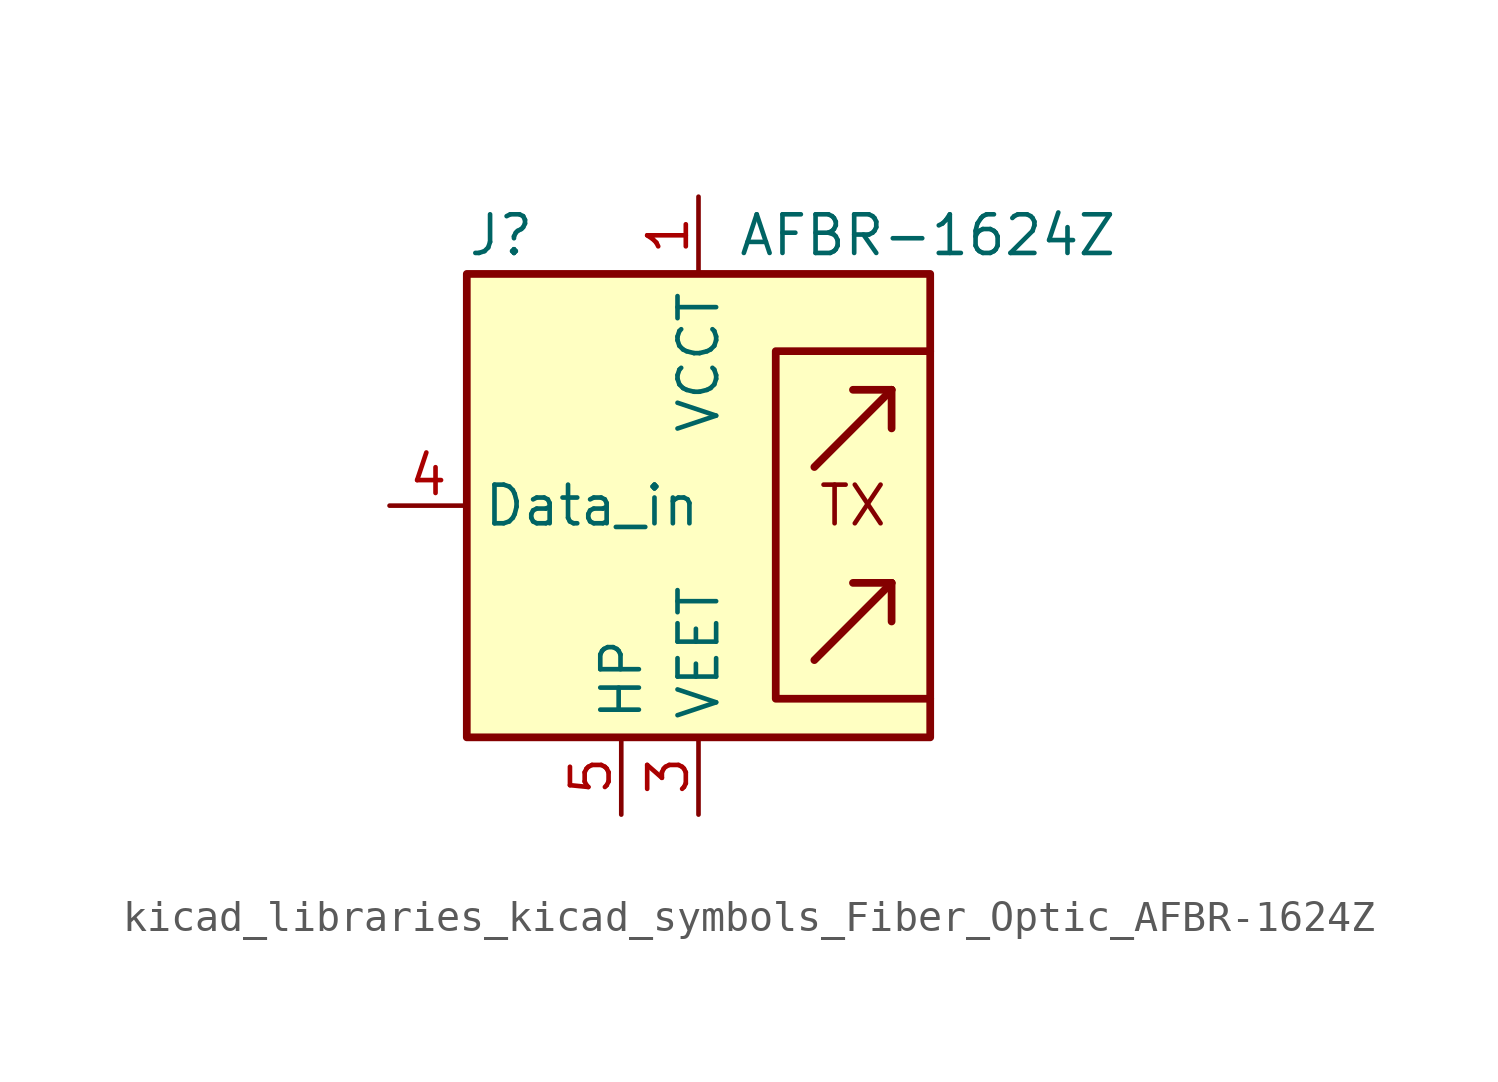
<source format=kicad_sym>
(kicad_symbol_lib
  (version 20220914)
  (generator kicad_symbol_editor)
  (symbol "kicad_libraries_kicad_symbols_Fiber_Optic_AFBR-1624Z"
    (property "Reference" "J"
      (at -7.62 8.89 0)
      (effects (font (size 1.27 1.27)) (justify left)))
    (property "Value" "AFBR-1624Z"
      (at 1.27 8.89 0)
      (effects (font (size 1.27 1.27)) (justify left)))
    (symbol "kicad_libraries_kicad_symbols_Fiber_Optic_AFBR-1624Z_0_0"
      (text "TX" (at 5.08 0 0) (effects (font (size 1.27 1.27)))))
    (symbol "kicad_libraries_kicad_symbols_Fiber_Optic_AFBR-1624Z_0_1"
      (rectangle (start -7.62 7.62) (end 7.62 -7.62) (stroke (width 0.254) (type default)) (fill (type background)))
      (polyline (pts (xy 6.35 -2.54) (xy 3.81 -5.08)) (stroke (width 0.254) (type default)) (fill (type none)))
      (polyline (pts (xy 6.35 -2.54) (xy 5.08 -2.54)) (stroke (width 0.254) (type default)) (fill (type none)))
      (polyline (pts (xy 6.35 -2.54) (xy 6.35 -3.81)) (stroke (width 0.254) (type default)) (fill (type none)))
      (polyline (pts (xy 6.35 3.81) (xy 3.81 1.27)) (stroke (width 0.254) (type default)) (fill (type none)))
      (polyline (pts (xy 6.35 3.81) (xy 5.08 3.81)) (stroke (width 0.254) (type default)) (fill (type none)))
      (polyline (pts (xy 6.35 3.81) (xy 6.35 2.54)) (stroke (width 0.254) (type default)) (fill (type none)))
      (polyline (pts (xy 7.62 5.08) (xy 2.54 5.08) (xy 2.54 -1.27) (xy 2.54 -6.35) (xy 7.62 -6.35)) (stroke (width 0.254) (type default)) (fill (type none))))
    (symbol "kicad_libraries_kicad_symbols_Fiber_Optic_AFBR-1624Z_1_1"
      (pin power_in line (at 0 10.16 270) (length 2.54) (name "VCCT" (effects (font (size 1.27 1.27)))) (number "1" (effects (font (size 1.27 1.27)))))
      (pin no_connect line (at -7.62 5.08 0) (length 2.54) hide (name "NC" (effects (font (size 1.27 1.27)))) (number "2" (effects (font (size 1.27 1.27)))))
      (pin power_in line (at 0 -10.16 90) (length 2.54) (name "VEET" (effects (font (size 1.27 1.27)))) (number "3" (effects (font (size 1.27 1.27)))))
      (pin input line (at -10.16 0 0) (length 2.54) (name "Data_in" (effects (font (size 1.27 1.27)))) (number "4" (effects (font (size 1.27 1.27)))))
      (pin passive line (at -2.54 -10.16 90) (length 2.54) (name "HP" (effects (font (size 1.27 1.27)))) (number "5" (effects (font (size 1.27 1.27)))))
      (pin passive line (at -2.54 -10.16 90) (length 2.54) hide (name "HP" (effects (font (size 1.27 1.27)))) (number "8" (effects (font (size 1.27 1.27))))))))
</source>
